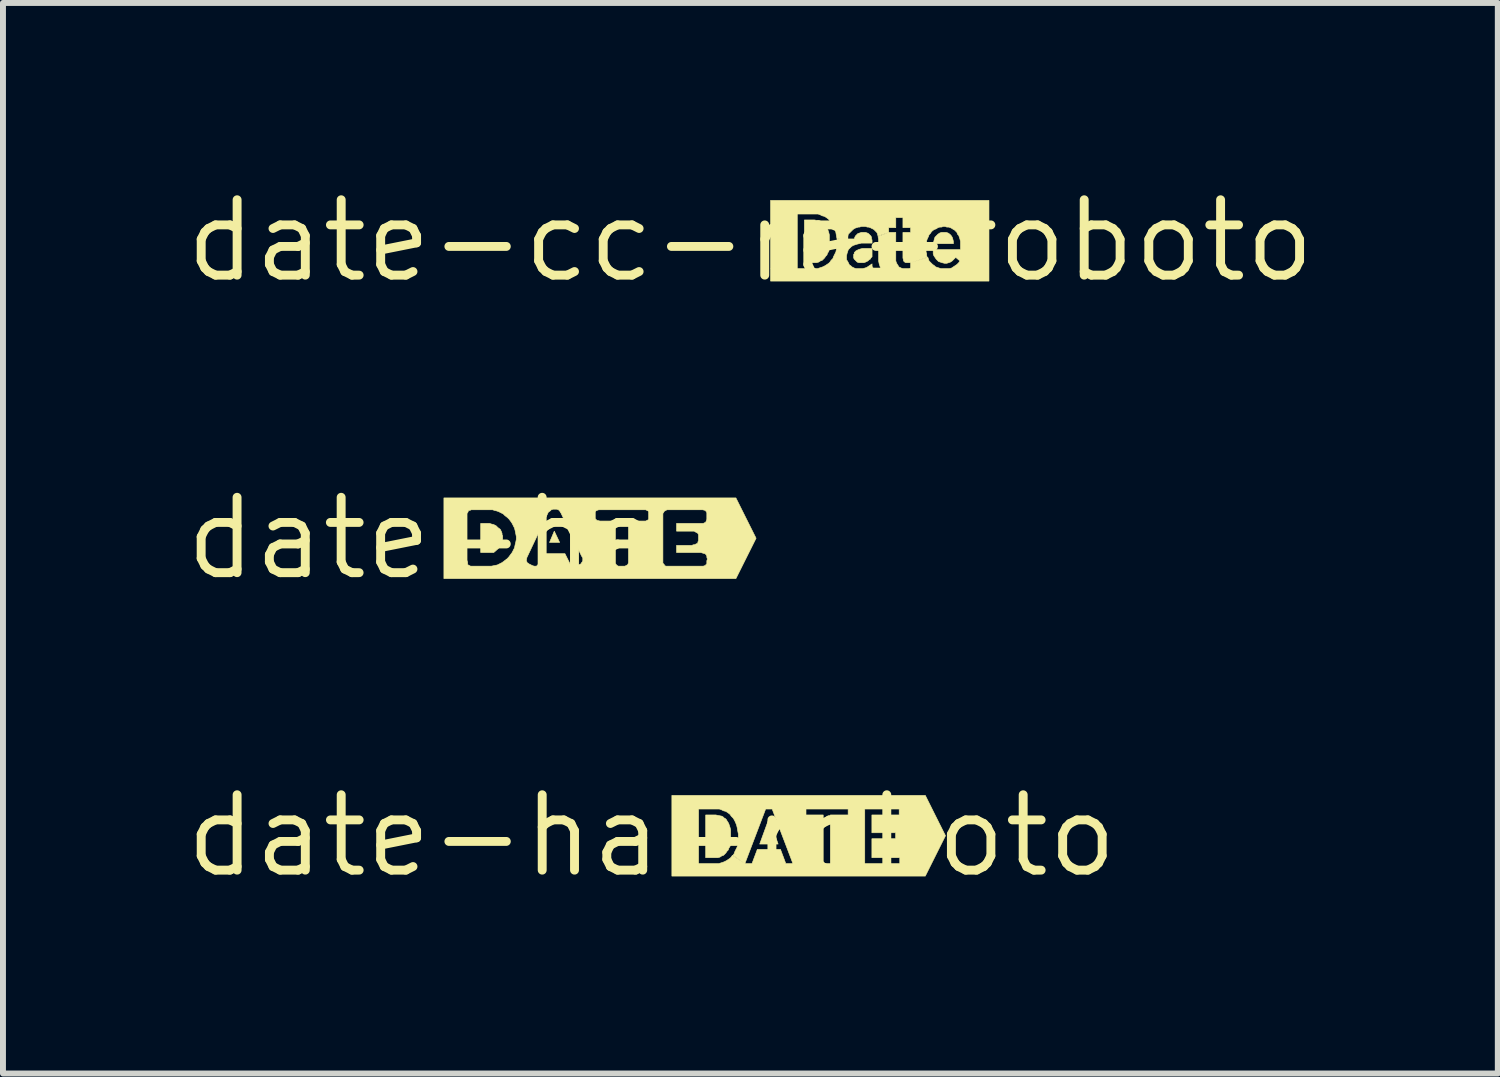
<source format=kicad_pcb>
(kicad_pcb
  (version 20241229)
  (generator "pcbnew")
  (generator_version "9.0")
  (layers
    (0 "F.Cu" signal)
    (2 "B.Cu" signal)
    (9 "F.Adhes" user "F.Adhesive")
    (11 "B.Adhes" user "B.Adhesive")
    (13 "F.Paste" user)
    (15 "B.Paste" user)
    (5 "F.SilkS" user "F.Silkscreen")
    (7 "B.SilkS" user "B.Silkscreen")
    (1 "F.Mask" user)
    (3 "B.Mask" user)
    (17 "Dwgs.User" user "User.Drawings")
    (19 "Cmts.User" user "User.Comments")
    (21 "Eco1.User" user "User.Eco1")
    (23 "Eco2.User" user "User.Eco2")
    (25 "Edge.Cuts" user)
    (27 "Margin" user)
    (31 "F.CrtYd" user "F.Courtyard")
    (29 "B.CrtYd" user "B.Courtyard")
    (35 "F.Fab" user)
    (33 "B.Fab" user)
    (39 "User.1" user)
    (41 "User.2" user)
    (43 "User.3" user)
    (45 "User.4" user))
  (footprint "date-ha"
    (layer "F.Cu")
    (at 4.089 6.019)
    (property "Reference" "date-ha" (at 0 0 0) (layer "F.SilkS") (effects (font (size 1.27 1.27) (thickness 0.15))))
    (attr board_only exclude_from_pos_files exclude_from_bom)
    (fp_poly (pts (xy 2.2 -0.12) (xy 2.12 0.07) (xy 2.29 0.07) (xy 2.2 -0.12)) (stroke (width 0.01) (type solid)) (fill yes) (layer "F.SilkS"))
    (fp_poly (pts (xy 1.18 0.24) (xy 1.26 0.17) (xy 1.27 0.15) (xy 1.3 0.12) (xy 1.31 0.08) (xy 1.32 0.06) (xy 1.32 0.04) (xy 1.33 0.01) (xy 1.33 -0.01) (xy 1.33 -0.04) (xy 1.32 -0.06) (xy 1.32 -0.08) (xy 1.31 -0.11) (xy 1.3 -0.13) (xy 1.29 -0.15) (xy 1.25 -0.18) (xy 1.22 -0.21) (xy 1.2 -0.22) (xy 1.18 -0.23) (xy 1.14 -0.24) (xy 1.11 -0.25) (xy 0.96 -0.25) (xy 0.96 0.24) (xy 1.18 0.24)) (stroke (width 0.01) (type solid)) (fill yes) (layer "F.SilkS"))
    (fp_poly (pts (xy 0.68 -0.68) (xy 0.34 -0.68) (xy 0.34 0.68) (xy 5.26 0.68) (xy 5.6 0) (xy 5.26 -0.68) (xy 0.68 -0.68) (xy 0.76 -0.47) (xy 0.78 -0.47) (xy 0.8 -0.48) (xy 0.85 -0.48) (xy 1.09 -0.48) (xy 1.12 -0.48) (xy 1.16 -0.48) (xy 1.19 -0.47) (xy 1.23 -0.46) (xy 1.26 -0.45) (xy 1.3 -0.43) (xy 1.34 -0.41) (xy 1.37 -0.38) (xy 1.41 -0.35) (xy 1.44 -0.32) (xy 1.47 -0.28) (xy 1.49 -0.25) (xy 1.51 -0.21) (xy 1.53 -0.17) (xy 1.54 -0.13) (xy 1.55 -0.08) (xy 1.56 -0.03) (xy 1.56 0.02) (xy 1.55 0.07) (xy 1.54 0.11) (xy 1.53 0.16) (xy 1.51 0.2) (xy 1.75 0.3) (xy 2.1 -0.44) (xy 2.13 -0.46) (xy 2.15 -0.48) (xy 2.18 -0.49) (xy 2.21 -0.49) (xy 2.24 -0.49) (xy 2.27 -0.48) (xy 2.29 -0.46) (xy 2.31 -0.43) (xy 2.66 0.3) (xy 2.68 0.33) (xy 2.68 0.36) (xy 3.23 0.41) (xy 3.23 -0.29) (xy 2.97 -0.29) (xy 2.93 -0.3) (xy 2.92 -0.3) (xy 2.91 -0.31) (xy 2.9 -0.32) (xy 2.89 -0.33) (xy 2.89 -0.34) (xy 2.89 -0.36) (xy 2.89 -0.38) (xy 2.89 -0.41) (xy 2.89 -0.43) (xy 2.89 -0.44) (xy 2.9 -0.46) (xy 2.92 -0.47) (xy 2.95 -0.48) (xy 2.98 -0.48) (xy 3.72 -0.48) (xy 3.74 -0.48) (xy 3.76 -0.47) (xy 3.78 -0.46) (xy 3.79 -0.45) (xy 3.79 -0.43) (xy 3.79 -0.4) (xy 3.79 -0.36) (xy 4.03 -0.37) (xy 4.03 -0.39) (xy 4.03 -0.42) (xy 4.04 -0.43) (xy 4.05 -0.45) (xy 4.06 -0.46) (xy 4.08 -0.47) (xy 4.1 -0.48) (xy 4.14 -0.48) (xy 4.67 -0.48) (xy 4.7 -0.48) (xy 4.74 -0.47) (xy 4.75 -0.46) (xy 4.76 -0.45) (xy 4.77 -0.43) (xy 4.77 -0.39) (xy 4.77 -0.35) (xy 4.77 -0.32) (xy 4.76 -0.29) (xy 4.75 -0.27) (xy 4.73 -0.26) (xy 4.71 -0.25) (xy 4.67 -0.25) (xy 4.26 -0.25) (xy 4.26 -0.12) (xy 4.56 -0.12) (xy 4.57 -0.11) (xy 4.61 -0.09) (xy 4.62 -0.08) (xy 4.63 -0.06) (xy 4.63 -0.04) (xy 4.63 0) (xy 4.63 0.02) (xy 4.63 0.04) (xy 4.62 0.06) (xy 4.62 0.07) (xy 4.61 0.09) (xy 4.6 0.09) (xy 4.56 0.11) (xy 4.54 0.11) (xy 4.52 0.12) (xy 4.26 0.12) (xy 4.26 0.24) (xy 4.67 0.24) (xy 4.7 0.25) (xy 4.74 0.26) (xy 4.75 0.27) (xy 4.76 0.28) (xy 4.77 0.3) (xy 4.77 0.32) (xy 4.78 0.35) (xy 4.77 0.38) (xy 4.77 0.41) (xy 4.77 0.43) (xy 4.75 0.45) (xy 4.75 0.46) (xy 4.74 0.46) (xy 4.71 0.47) (xy 4.67 0.47) (xy 4.13 0.47) (xy 4.1 0.47) (xy 4.08 0.47) (xy 4.06 0.46) (xy 4.05 0.44) (xy 4.04 0.43) (xy 4.03 0.42) (xy 4.03 0.37) (xy 4.03 -0.37) (xy 3.79 -0.36) (xy 3.79 -0.33) (xy 3.79 -0.32) (xy 3.78 -0.31) (xy 3.76 -0.3) (xy 3.74 -0.29) (xy 3.71 -0.29) (xy 3.45 -0.29) (xy 3.45 0.38) (xy 3.45 0.41) (xy 3.44 0.44) (xy 3.43 0.45) (xy 3.41 0.46) (xy 3.39 0.47) (xy 3.35 0.47) (xy 3.31 0.47) (xy 3.28 0.47) (xy 3.26 0.46) (xy 3.25 0.45) (xy 3.24 0.44) (xy 3.23 0.42) (xy 3.23 0.41) (xy 2.68 0.36) (xy 2.68 0.38) (xy 2.67 0.4) (xy 2.66 0.41) (xy 2.65 0.43) (xy 2.63 0.44) (xy 2.61 0.45) (xy 2.58 0.47) (xy 2.56 0.47) (xy 2.54 0.47) (xy 2.52 0.47) (xy 2.51 0.47) (xy 2.5 0.46) (xy 2.48 0.45) (xy 2.47 0.44) (xy 2.45 0.4) (xy 2.38 0.26) (xy 2.03 0.26) (xy 1.94 0.43) (xy 1.93 0.44) (xy 1.91 0.46) (xy 1.9 0.47) (xy 1.89 0.47) (xy 1.87 0.47) (xy 1.86 0.47) (xy 1.83 0.46) (xy 1.77 0.43) (xy 1.76 0.42) (xy 1.74 0.41) (xy 1.74 0.4) (xy 1.73 0.38) (xy 1.73 0.37) (xy 1.73 0.36) (xy 1.74 0.32) (xy 1.75 0.3) (xy 1.51 0.2) (xy 1.49 0.24) (xy 1.46 0.28) (xy 1.43 0.32) (xy 1.4 0.35) (xy 1.36 0.38) (xy 1.32 0.41) (xy 1.28 0.43) (xy 1.24 0.45) (xy 1.19 0.46) (xy 1.14 0.47) (xy 1.09 0.47) (xy 0.84 0.47) (xy 0.82 0.47) (xy 0.79 0.47) (xy 0.77 0.46) (xy 0.75 0.45) (xy 0.74 0.44) (xy 0.74 0.41) (xy 0.73 0.37) (xy 0.73 -0.42) (xy 0.74 -0.43) (xy 0.75 -0.45) (xy 0.75 -0.46) (xy 0.76 -0.47) (xy 0.68 -0.68)) (stroke (width 0.01) (type solid)) (fill yes) (layer "F.SilkS")))
  (footprint "date-ha-roboto"
    (layer "F.Cu")
    (at 7.93 11.031)
    (property "Reference" "date-ha-roboto" (at 0 0 0) (layer "F.SilkS") (effects (font (size 1.27 1.27) (thickness 0.15))))
    (attr board_only exclude_from_pos_files exclude_from_bom)
    (fp_poly (pts (xy 1.82 0.14) (xy 2.13 0.14) (xy 1.98 -0.3) (xy 1.82 0.14)) (stroke (width 0.01) (type solid)) (fill yes) (layer "F.SilkS"))
    (fp_poly (pts (xy 0.91 -0.35) (xy 0.91 0.37) (xy 1.07 0.37) (xy 1.11 0.37) (xy 1.15 0.36) (xy 1.18 0.34) (xy 1.21 0.33) (xy 1.23 0.31) (xy 1.25 0.29) (xy 1.27 0.26) (xy 1.29 0.24) (xy 1.3 0.21) (xy 1.32 0.18) (xy 1.33 0.14) (xy 1.33 0.09) (xy 1.33 0.05) (xy 1.33 -0.02) (xy 1.33 -0.06) (xy 1.33 -0.1) (xy 1.32 -0.14) (xy 1.31 -0.17) (xy 1.3 -0.2) (xy 1.29 -0.22) (xy 1.27 -0.25) (xy 1.26 -0.27) (xy 1.24 -0.29) (xy 1.22 -0.3) (xy 1.2 -0.32) (xy 1.18 -0.33) (xy 1.13 -0.34) (xy 1.08 -0.35) (xy 1.05 -0.35) (xy 0.91 -0.35)) (stroke (width 0.01) (type solid)) (fill yes) (layer "F.SilkS"))
    (fp_poly (pts (xy 0.68 -0.68) (xy 0.34 -0.68) (xy 0.34 0.68) (xy 4.61 0.68) (xy 4.95 0) (xy 4.61 -0.68) (xy 0.68 -0.68) (xy 0.79 -0.45) (xy 1.05 -0.45) (xy 1.1 -0.45) (xy 1.14 -0.45) (xy 1.17 -0.44) (xy 1.21 -0.42) (xy 1.25 -0.41) (xy 1.28 -0.39) (xy 1.32 -0.36) (xy 1.34 -0.33) (xy 1.37 -0.3) (xy 1.39 -0.27) (xy 1.41 -0.23) (xy 1.43 -0.18) (xy 1.44 -0.14) (xy 1.45 -0.08) (xy 1.46 -0.03) (xy 1.46 0.05) (xy 1.45 0.09) (xy 1.45 0.14) (xy 1.44 0.19) (xy 1.42 0.23) (xy 1.4 0.27) (xy 1.39 0.3) (xy 1.37 0.33) (xy 1.57 0.47) (xy 1.92 -0.45) (xy 2.03 -0.45) (xy 2.38 0.47) (xy 2.89 0.47) (xy 2.89 -0.35) (xy 2.6 -0.35) (xy 2.6 -0.45) (xy 3.31 -0.45) (xy 3.59 -0.45) (xy 4.17 -0.45) (xy 4.17 -0.35) (xy 3.71 -0.35) (xy 3.71 -0.05) (xy 4.11 -0.05) (xy 4.11 0.05) (xy 3.71 0.05) (xy 3.71 0.37) (xy 4.18 0.37) (xy 4.18 0.47) (xy 3.59 0.47) (xy 3.59 -0.45) (xy 3.31 -0.45) (xy 3.31 -0.35) (xy 3.01 -0.35) (xy 3.01 0.47) (xy 2.89 0.47) (xy 2.38 0.47) (xy 2.26 0.47) (xy 2.17 0.23) (xy 1.78 0.23) (xy 1.69 0.47) (xy 1.57 0.47) (xy 1.36 0.33) (xy 1.34 0.36) (xy 1.32 0.38) (xy 1.29 0.4) (xy 1.26 0.42) (xy 1.22 0.44) (xy 1.19 0.45) (xy 1.13 0.47) (xy 1.07 0.47) (xy 0.79 0.47) (xy 0.79 -0.45) (xy 0.68 -0.68)) (stroke (width 0.01) (type solid)) (fill yes) (layer "F.SilkS")))
  (footprint "date-cc-re-roboto"
    (layer "F.Cu")
    (at 9.593 1.006)
    (property "Reference" "date-cc-re-roboto" (at 0 0 0) (layer "F.SilkS") (effects (font (size 1.27 1.27) (thickness 0.15))))
    (attr board_only exclude_from_pos_files exclude_from_bom)
    (fp_poly (pts (xy 3.26 -0.14) (xy 3.22 -0.14) (xy 3.19 -0.13) (xy 3.16 -0.11) (xy 3.13 -0.08) (xy 3.11 -0.06) (xy 3.1 -0.03) (xy 3.09 0.01) (xy 3.08 0.05) (xy 3.42 0.05) (xy 3.42 0.01) (xy 3.41 -0.03) (xy 3.4 -0.06) (xy 3.38 -0.09) (xy 3.36 -0.11) (xy 3.33 -0.13) (xy 3.3 -0.14) (xy 3.26 -0.14)) (stroke (width 0.01) (type solid)) (fill yes) (layer "F.SilkS"))
    (fp_poly (pts (xy 1.87 0.37) (xy 1.89 0.37) (xy 1.91 0.37) (xy 1.94 0.36) (xy 1.96 0.35) (xy 1.98 0.34) (xy 2 0.32) (xy 2.02 0.31) (xy 2.03 0.29) (xy 2.05 0.27) (xy 2.05 0.13) (xy 1.92 0.13) (xy 1.89 0.13) (xy 1.85 0.14) (xy 1.82 0.15) (xy 1.8 0.16) (xy 1.78 0.17) (xy 1.76 0.19) (xy 1.75 0.2) (xy 1.75 0.22) (xy 1.74 0.23) (xy 1.74 0.25) (xy 1.74 0.27) (xy 1.74 0.29) (xy 1.75 0.31) (xy 1.76 0.32) (xy 1.77 0.33) (xy 1.78 0.34) (xy 1.8 0.36) (xy 1.83 0.37) (xy 1.87 0.37)) (stroke (width 0.01) (type solid)) (fill yes) (layer "F.SilkS"))
    (fp_poly (pts (xy 0.91 -0.35) (xy 0.91 0.37) (xy 1.07 0.37) (xy 1.11 0.37) (xy 1.15 0.36) (xy 1.18 0.34) (xy 1.21 0.33) (xy 1.23 0.31) (xy 1.25 0.29) (xy 1.27 0.26) (xy 1.29 0.24) (xy 1.3 0.21) (xy 1.32 0.18) (xy 1.33 0.14) (xy 1.33 0.09) (xy 1.33 0.05) (xy 1.33 -0.02) (xy 1.33 -0.06) (xy 1.33 -0.1) (xy 1.32 -0.14) (xy 1.31 -0.17) (xy 1.3 -0.2) (xy 1.29 -0.22) (xy 1.27 -0.25) (xy 1.26 -0.27) (xy 1.24 -0.29) (xy 1.22 -0.3) (xy 1.2 -0.32) (xy 1.18 -0.33) (xy 1.13 -0.34) (xy 1.08 -0.35) (xy 1.05 -0.35) (xy 0.91 -0.35)) (stroke (width 0.01) (type solid)) (fill yes) (layer "F.SilkS"))
    (fp_poly (pts (xy 0.68 -0.68) (xy 0.34 -0.68) (xy 0.34 0.68) (xy 4.02 0.68) (xy 4.02 -0.68) (xy 0.68 -0.68) (xy 0.79 -0.45) (xy 1.05 -0.45) (xy 1.1 -0.45) (xy 1.14 -0.45) (xy 1.17 -0.44) (xy 1.21 -0.42) (xy 1.25 -0.41) (xy 1.28 -0.39) (xy 1.32 -0.36) (xy 1.34 -0.33) (xy 1.37 -0.3) (xy 1.39 -0.27) (xy 1.41 -0.23) (xy 1.43 -0.18) (xy 1.44 -0.14) (xy 1.45 -0.08) (xy 1.46 -0.03) (xy 1.63 -0.04) (xy 1.63 -0.06) (xy 1.64 -0.08) (xy 1.65 -0.11) (xy 1.67 -0.13) (xy 1.69 -0.15) (xy 1.71 -0.17) (xy 1.73 -0.19) (xy 1.76 -0.21) (xy 1.79 -0.22) (xy 1.82 -0.23) (xy 1.84 -0.23) (xy 1.87 -0.24) (xy 1.9 -0.24) (xy 1.94 -0.24) (xy 1.97 -0.23) (xy 1.99 -0.23) (xy 2.02 -0.22) (xy 2.04 -0.21) (xy 2.06 -0.2) (xy 2.08 -0.19) (xy 2.1 -0.17) (xy 2.12 -0.15) (xy 2.13 -0.14) (xy 2.14 -0.12) (xy 2.15 -0.08) (xy 2.33 -0.14) (xy 2.33 -0.22) (xy 2.45 -0.22) (xy 2.45 -0.39) (xy 2.57 -0.39) (xy 2.57 -0.22) (xy 2.7 -0.22) (xy 2.7 -0.14) (xy 2.57 -0.14) (xy 2.57 0.29) (xy 2.58 0.33) (xy 2.58 0.34) (xy 2.59 0.35) (xy 2.6 0.36) (xy 2.62 0.37) (xy 2.63 0.37) (xy 2.65 0.37) (xy 2.7 0.37) (xy 2.98 0.28) (xy 2.97 0.25) (xy 2.97 0.22) (xy 2.96 0.19) (xy 2.96 0.15) (xy 2.96 0.1) (xy 2.96 0.07) (xy 2.97 0.03) (xy 2.97 0) (xy 2.98 -0.03) (xy 3 -0.07) (xy 3.01 -0.1) (xy 3.03 -0.12) (xy 3.05 -0.15) (xy 3.07 -0.17) (xy 3.1 -0.19) (xy 3.13 -0.2) (xy 3.16 -0.22) (xy 3.19 -0.23) (xy 3.22 -0.23) (xy 3.25 -0.24) (xy 3.28 -0.24) (xy 3.31 -0.23) (xy 3.34 -0.23) (xy 3.37 -0.22) (xy 3.39 -0.21) (xy 3.42 -0.19) (xy 3.44 -0.18) (xy 3.46 -0.16) (xy 3.48 -0.14) (xy 3.49 -0.11) (xy 3.51 -0.09) (xy 3.52 -0.06) (xy 3.53 -0.03) (xy 3.54 0.01) (xy 3.54 0.04) (xy 3.54 0.08) (xy 3.54 0.15) (xy 3.08 0.15) (xy 3.08 0.19) (xy 3.08 0.22) (xy 3.09 0.25) (xy 3.11 0.28) (xy 3.13 0.31) (xy 3.15 0.33) (xy 3.17 0.35) (xy 3.2 0.36) (xy 3.23 0.37) (xy 3.27 0.38) (xy 3.31 0.38) (xy 3.34 0.37) (xy 3.37 0.36) (xy 3.4 0.34) (xy 3.43 0.31) (xy 3.46 0.28) (xy 3.53 0.34) (xy 3.51 0.37) (xy 3.48 0.4) (xy 3.45 0.42) (xy 3.42 0.44) (xy 3.39 0.46) (xy 3.35 0.47) (xy 3.31 0.47) (xy 3.27 0.47) (xy 3.24 0.47) (xy 3.21 0.47) (xy 3.18 0.46) (xy 3.15 0.45) (xy 3.12 0.44) (xy 3.1 0.42) (xy 3.07 0.4) (xy 3.05 0.38) (xy 3.03 0.36) (xy 3.01 0.34) (xy 3 0.31) (xy 2.99 0.28) (xy 2.7 0.37) (xy 2.7 0.46) (xy 2.67 0.47) (xy 2.63 0.47) (xy 2.6 0.47) (xy 2.57 0.47) (xy 2.54 0.46) (xy 2.52 0.45) (xy 2.5 0.44) (xy 2.49 0.42) (xy 2.47 0.39) (xy 2.46 0.37) (xy 2.45 0.34) (xy 2.45 0.3) (xy 2.45 -0.14) (xy 2.33 -0.14) (xy 2.15 -0.07) (xy 2.16 -0.03) (xy 2.16 0.3) (xy 2.16 0.34) (xy 2.17 0.39) (xy 2.18 0.42) (xy 2.19 0.45) (xy 2.19 0.46) (xy 2.07 0.46) (xy 2.06 0.45) (xy 2.05 0.43) (xy 2.05 0.39) (xy 2.02 0.41) (xy 1.99 0.43) (xy 1.96 0.45) (xy 1.93 0.46) (xy 1.89 0.47) (xy 1.85 0.47) (xy 1.81 0.47) (xy 1.78 0.47) (xy 1.75 0.46) (xy 1.73 0.45) (xy 1.71 0.44) (xy 1.69 0.42) (xy 1.67 0.41) (xy 1.66 0.39) (xy 1.65 0.37) (xy 1.64 0.35) (xy 1.62 0.32) (xy 1.62 0.29) (xy 1.62 0.25) (xy 1.63 0.21) (xy 1.64 0.18) (xy 1.65 0.15) (xy 1.67 0.13) (xy 1.7 0.1) (xy 1.73 0.08) (xy 1.76 0.07) (xy 1.79 0.06) (xy 1.83 0.05) (xy 1.87 0.04) (xy 1.9 0.04) (xy 2.05 0.04) (xy 2.05 -0.01) (xy 2.04 -0.04) (xy 2.04 -0.06) (xy 2.03 -0.08) (xy 2.01 -0.1) (xy 1.99 -0.12) (xy 1.97 -0.13) (xy 1.94 -0.14) (xy 1.91 -0.14) (xy 1.87 -0.14) (xy 1.84 -0.13) (xy 1.81 -0.12) (xy 1.79 -0.1) (xy 1.77 -0.08) (xy 1.76 -0.06) (xy 1.75 -0.03) (xy 1.63 -0.03) (xy 1.46 -0.02) (xy 1.46 0.05) (xy 1.45 0.09) (xy 1.45 0.14) (xy 1.44 0.19) (xy 1.42 0.23) (xy 1.4 0.27) (xy 1.39 0.3) (xy 1.36 0.33) (xy 1.34 0.36) (xy 1.32 0.38) (xy 1.29 0.4) (xy 1.26 0.42) (xy 1.22 0.44) (xy 1.19 0.45) (xy 1.13 0.47) (xy 1.07 0.47) (xy 0.79 0.47) (xy 0.79 -0.45) (xy 0.68 -0.68)) (stroke (width 0.01) (type solid)) (fill yes) (layer "F.SilkS")))
  (gr_rect
    (start -3 -3)
    (end 22.186 15.037)
    (stroke (width 0.1) (type default))
    (fill no)
    (layer "Edge.Cuts")))
</source>
